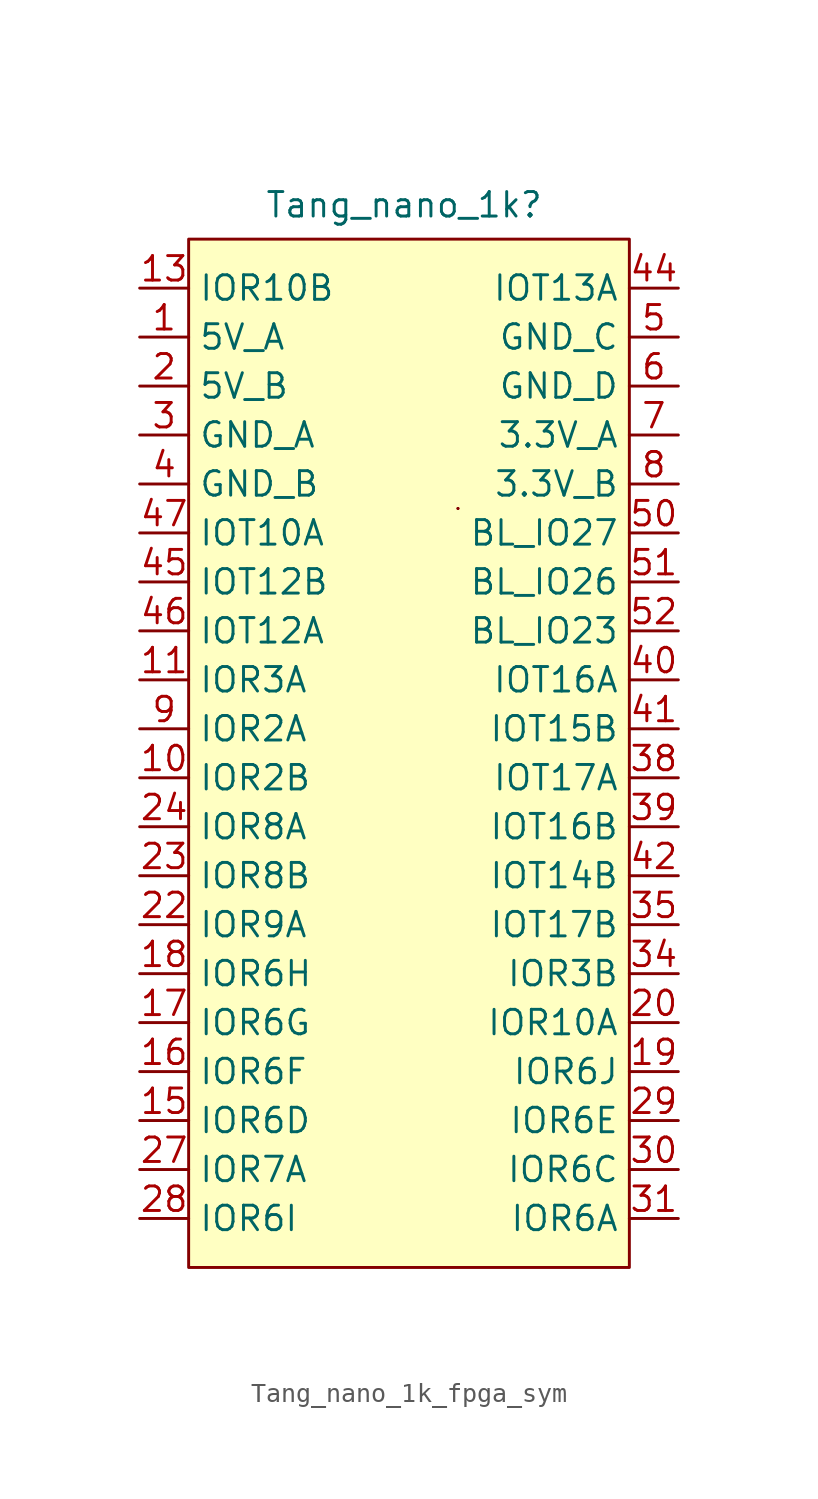
<source format=kicad_sym>
(kicad_symbol_lib
  (version 20241209)
  (generator "kicad_symbol_editor")
  (generator_version "9.0")
  (symbol "Tang_nano_1k_fpga_sym"
    (property "Reference" "Tang_nano_1k"
      (at -0.254 27.178 0)
      (effects (font (size 1.27 1.27))))
    (property "Value" ""
      (at -12.7 11.43 0)
      (effects (font (size 1.27 1.27))))
    (symbol "Tang_nano_1k_fpga_sym_0_1"
      (rectangle (start 2.54 11.43) (end 2.54 11.43) (stroke (width 0) (type default)) (fill (type none)))
      (rectangle (start 2.54 11.43) (end 2.54 11.43) (stroke (width 0) (type default)) (fill (type none))))
    (symbol "Tang_nano_1k_fpga_sym_1_1"
      (rectangle (start -11.43 25.4) (end 11.43 -27.94) (stroke (width 0) (type solid)) (fill (type background)))
      (pin bidirectional line (at -13.97 22.86 0) (length 2.54) (name "IOR10B" (effects (font (size 1.27 1.27)))) (number "13" (effects (font (size 1.27 1.27)))))
      (pin power_in line (at -13.97 20.32 0) (length 2.54) (name "5V_A" (effects (font (size 1.27 1.27)))) (number "1" (effects (font (size 1.27 1.27)))))
      (pin power_in line (at -13.97 17.78 0) (length 2.54) (name "5V_B" (effects (font (size 1.27 1.27)))) (number "2" (effects (font (size 1.27 1.27)))))
      (pin power_in line (at -13.97 15.24 0) (length 2.54) (name "GND_A" (effects (font (size 1.27 1.27)))) (number "3" (effects (font (size 1.27 1.27)))))
      (pin power_in line (at -13.97 12.7 0) (length 2.54) (name "GND_B" (effects (font (size 1.27 1.27)))) (number "4" (effects (font (size 1.27 1.27)))))
      (pin bidirectional line (at -13.97 10.16 0) (length 2.54) (name "IOT10A" (effects (font (size 1.27 1.27)))) (number "47" (effects (font (size 1.27 1.27)))))
      (pin bidirectional line (at -13.97 7.62 0) (length 2.54) (name "IOT12B" (effects (font (size 1.27 1.27)))) (number "45" (effects (font (size 1.27 1.27)))))
      (pin bidirectional line (at -13.97 5.08 0) (length 2.54) (name "IOT12A" (effects (font (size 1.27 1.27)))) (number "46" (effects (font (size 1.27 1.27)))))
      (pin bidirectional line (at -13.97 2.54 0) (length 2.54) (name "IOR3A" (effects (font (size 1.27 1.27)))) (number "11" (effects (font (size 1.27 1.27)))))
      (pin bidirectional line (at -13.97 0 0) (length 2.54) (name "IOR2A" (effects (font (size 1.27 1.27)))) (number "9" (effects (font (size 1.27 1.27)))))
      (pin bidirectional line (at -13.97 -2.54 0) (length 2.54) (name "IOR2B" (effects (font (size 1.27 1.27)))) (number "10" (effects (font (size 1.27 1.27)))))
      (pin bidirectional line (at -13.97 -5.08 0) (length 2.54) (name "IOR8A" (effects (font (size 1.27 1.27)))) (number "24" (effects (font (size 1.27 1.27)))))
      (pin bidirectional line (at -13.97 -7.62 0) (length 2.54) (name "IOR8B" (effects (font (size 1.27 1.27)))) (number "23" (effects (font (size 1.27 1.27)))))
      (pin bidirectional line (at -13.97 -10.16 0) (length 2.54) (name "IOR9A" (effects (font (size 1.27 1.27)))) (number "22" (effects (font (size 1.27 1.27)))))
      (pin bidirectional line (at -13.97 -12.7 0) (length 2.54) (name "IOR6H" (effects (font (size 1.27 1.27)))) (number "18" (effects (font (size 1.27 1.27)))))
      (pin bidirectional line (at -13.97 -15.24 0) (length 2.54) (name "IOR6G" (effects (font (size 1.27 1.27)))) (number "17" (effects (font (size 1.27 1.27)))))
      (pin bidirectional line (at -13.97 -17.78 0) (length 2.54) (name "IOR6F" (effects (font (size 1.27 1.27)))) (number "16" (effects (font (size 1.27 1.27)))))
      (pin bidirectional line (at -13.97 -20.32 0) (length 2.54) (name "IOR6D" (effects (font (size 1.27 1.27)))) (number "15" (effects (font (size 1.27 1.27)))))
      (pin bidirectional line (at -13.97 -22.86 0) (length 2.54) (name "IOR7A" (effects (font (size 1.27 1.27)))) (number "27" (effects (font (size 1.27 1.27)))))
      (pin bidirectional line (at -13.97 -25.4 0) (length 2.54) (name "IOR6I" (effects (font (size 1.27 1.27)))) (number "28" (effects (font (size 1.27 1.27)))))
      (pin bidirectional line (at 13.97 22.86 180) (length 2.54) (name "IOT13A" (effects (font (size 1.27 1.27)))) (number "44" (effects (font (size 1.27 1.27)))))
      (pin power_in line (at 13.97 20.32 180) (length 2.54) (name "GND_C" (effects (font (size 1.27 1.27)))) (number "5" (effects (font (size 1.27 1.27)))))
      (pin power_in line (at 13.97 17.78 180) (length 2.54) (name "GND_D" (effects (font (size 1.27 1.27)))) (number "6" (effects (font (size 1.27 1.27)))))
      (pin power_out line (at 13.97 15.24 180) (length 2.54) (name "3.3V_A" (effects (font (size 1.27 1.27)))) (number "7" (effects (font (size 1.27 1.27)))))
      (pin power_out line (at 13.97 12.7 180) (length 2.54) (name "3.3V_B" (effects (font (size 1.27 1.27)))) (number "8" (effects (font (size 1.27 1.27)))))
      (pin bidirectional line (at 13.97 10.16 180) (length 2.54) (name "BL_IO27" (effects (font (size 1.27 1.27)))) (number "50" (effects (font (size 1.27 1.27)))))
      (pin bidirectional line (at 13.97 7.62 180) (length 2.54) (name "BL_IO26" (effects (font (size 1.27 1.27)))) (number "51" (effects (font (size 1.27 1.27)))))
      (pin bidirectional line (at 13.97 5.08 180) (length 2.54) (name "BL_IO23" (effects (font (size 1.27 1.27)))) (number "52" (effects (font (size 1.27 1.27)))))
      (pin bidirectional line (at 13.97 2.54 180) (length 2.54) (name "IOT16A" (effects (font (size 1.27 1.27)))) (number "40" (effects (font (size 1.27 1.27)))))
      (pin bidirectional line (at 13.97 0 180) (length 2.54) (name "IOT15B" (effects (font (size 1.27 1.27)))) (number "41" (effects (font (size 1.27 1.27)))))
      (pin bidirectional line (at 13.97 -2.54 180) (length 2.54) (name "IOT17A" (effects (font (size 1.27 1.27)))) (number "38" (effects (font (size 1.27 1.27)))))
      (pin bidirectional line (at 13.97 -5.08 180) (length 2.54) (name "IOT16B" (effects (font (size 1.27 1.27)))) (number "39" (effects (font (size 1.27 1.27)))))
      (pin bidirectional line (at 13.97 -7.62 180) (length 2.54) (name "IOT14B" (effects (font (size 1.27 1.27)))) (number "42" (effects (font (size 1.27 1.27)))))
      (pin bidirectional line (at 13.97 -10.16 180) (length 2.54) (name "IOT17B" (effects (font (size 1.27 1.27)))) (number "35" (effects (font (size 1.27 1.27)))))
      (pin bidirectional line (at 13.97 -12.7 180) (length 2.54) (name "IOR3B" (effects (font (size 1.27 1.27)))) (number "34" (effects (font (size 1.27 1.27)))))
      (pin bidirectional line (at 13.97 -15.24 180) (length 2.54) (name "IOR10A" (effects (font (size 1.27 1.27)))) (number "20" (effects (font (size 1.27 1.27)))))
      (pin bidirectional line (at 13.97 -17.78 180) (length 2.54) (name "IOR6J" (effects (font (size 1.27 1.27)))) (number "19" (effects (font (size 1.27 1.27)))))
      (pin bidirectional line (at 13.97 -20.32 180) (length 2.54) (name "IOR6E" (effects (font (size 1.27 1.27)))) (number "29" (effects (font (size 1.27 1.27)))))
      (pin bidirectional line (at 13.97 -22.86 180) (length 2.54) (name "IOR6C" (effects (font (size 1.27 1.27)))) (number "30" (effects (font (size 1.27 1.27)))))
      (pin bidirectional line (at 13.97 -25.4 180) (length 2.54) (name "IOR6A" (effects (font (size 1.27 1.27)))) (number "31" (effects (font (size 1.27 1.27))))))))
</source>
